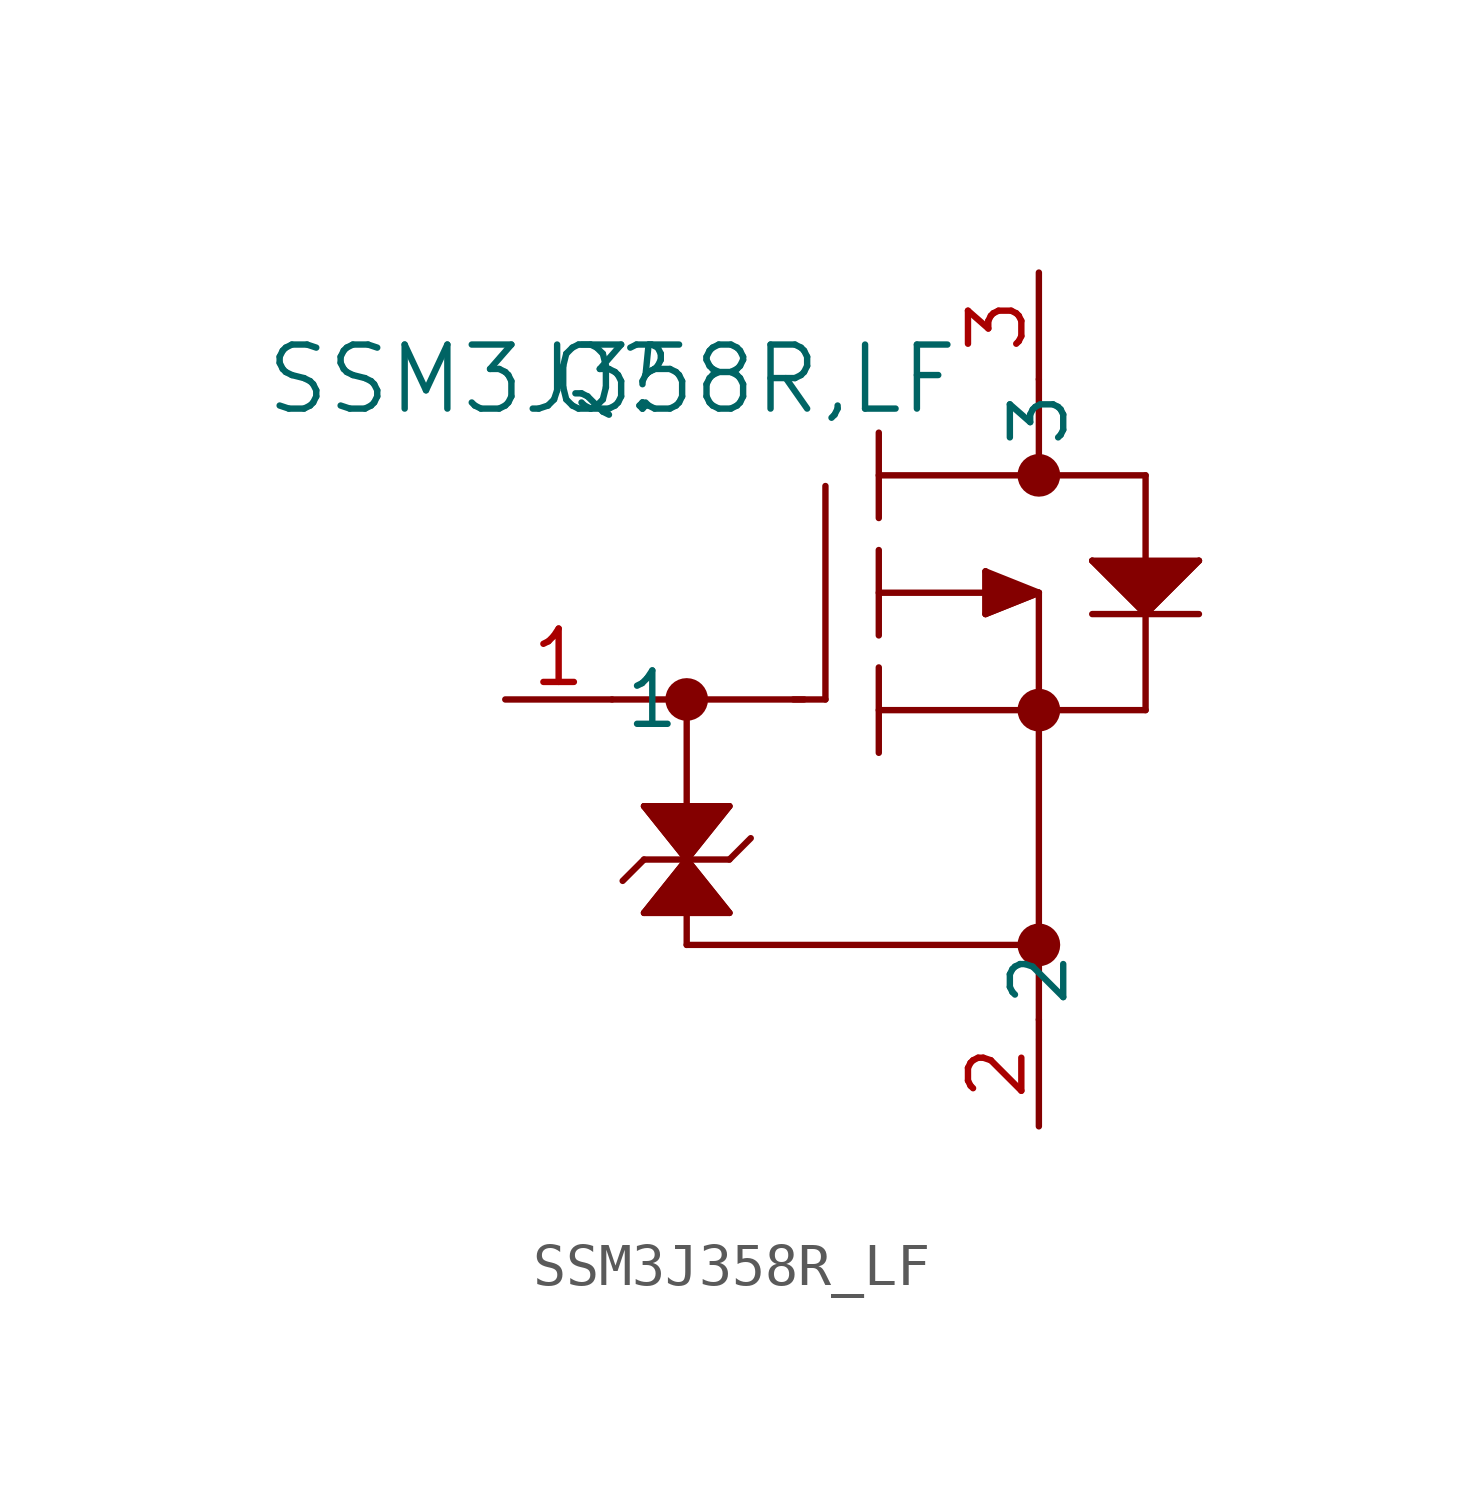
<source format=kicad_sym>
(kicad_symbol_lib
  (version 20241209)
  (generator "kicad_symbol_editor")
  (generator_version "9.0")
  (symbol "SSM3J358R_LF"
    (pin_names
      (offset 0.254))
    (property "Reference" "Q"
      (at 0 0 0)
      (effects (font (size 1.524 1.524))))
    (property "Value" "SSM3J358R,LF"
      (at 0 0 0)
      (effects (font (size 1.524 1.524))))
    (symbol "SSM3J358R_LF_0_1"
      (polyline (pts (xy 0 -7.62) (xy 4.572 -7.62)) (stroke (width 0.152) (type default)) (fill (type none)))
      (polyline (pts (xy 0.762 -10.16) (xy 1.778 -11.43)) (stroke (width 0.152) (type default)) (fill (type none)))
      (polyline (pts (xy 0.762 -10.16) (xy 2.794 -10.16)) (stroke (width 0.152) (type default)) (fill (type none)))
      (polyline (pts (xy 0.762 -10.16) (xy 1.778 -11.43) (xy 0.762 -12.7) (xy 2.794 -12.7) (xy 1.778 -11.43) (xy 2.794 -10.16)) (stroke (width 0) (type default)) (fill (type outline)))
      (polyline (pts (xy 0.762 -11.43) (xy 0.254 -11.938)) (stroke (width 0.152) (type default)) (fill (type none)))
      (polyline (pts (xy 0.762 -11.43) (xy 2.794 -11.43)) (stroke (width 0.152) (type default)) (fill (type none)))
      (polyline (pts (xy 0.762 -12.7) (xy 2.794 -12.7)) (stroke (width 0.152) (type default)) (fill (type none)))
      (polyline (pts (xy 1.778 -7.62) (xy 1.778 -10.16)) (stroke (width 0.152) (type default)) (fill (type none)))
      (circle (center 1.778 -7.62) (radius 0.254) (stroke (width 0.508) (type default)) (fill (type none)))
      (polyline (pts (xy 1.778 -11.43) (xy 0.762 -12.7)) (stroke (width 0.152) (type default)) (fill (type none)))
      (polyline (pts (xy 1.778 -12.7) (xy 1.778 -13.462)) (stroke (width 0.152) (type default)) (fill (type none)))
      (polyline (pts (xy 1.778 -13.462) (xy 10.16 -13.462)) (stroke (width 0.152) (type default)) (fill (type none)))
      (polyline (pts (xy 2.794 -10.16) (xy 1.778 -11.43)) (stroke (width 0.152) (type default)) (fill (type none)))
      (polyline (pts (xy 2.794 -11.43) (xy 3.302 -10.922)) (stroke (width 0.152) (type default)) (fill (type none)))
      (polyline (pts (xy 2.794 -12.7) (xy 1.778 -11.43)) (stroke (width 0.152) (type default)) (fill (type none)))
      (polyline (pts (xy 5.08 -7.62) (xy 4.318 -7.62)) (stroke (width 0.152) (type default)) (fill (type none)))
      (polyline (pts (xy 5.08 -7.62) (xy 5.08 -2.54)) (stroke (width 0.152) (type default)) (fill (type none)))
      (polyline (pts (xy 6.35 -3.302) (xy 6.35 -1.27)) (stroke (width 0.152) (type default)) (fill (type none)))
      (polyline (pts (xy 6.35 -5.08) (xy 8.89 -5.08)) (stroke (width 0.152) (type default)) (fill (type none)))
      (polyline (pts (xy 6.35 -6.096) (xy 6.35 -4.064)) (stroke (width 0.152) (type default)) (fill (type none)))
      (polyline (pts (xy 6.35 -7.874) (xy 12.7 -7.874)) (stroke (width 0.152) (type default)) (fill (type none)))
      (polyline (pts (xy 6.35 -8.89) (xy 6.35 -6.858)) (stroke (width 0.152) (type default)) (fill (type none)))
      (polyline (pts (xy 8.89 -4.572) (xy 8.89 -5.588)) (stroke (width 0.152) (type default)) (fill (type none)))
      (polyline (pts (xy 8.89 -4.572) (xy 8.89 -5.588) (xy 10.16 -5.08)) (stroke (width 0) (type default)) (fill (type outline)))
      (polyline (pts (xy 8.89 -5.588) (xy 10.16 -5.08)) (stroke (width 0.152) (type default)) (fill (type none)))
      (polyline (pts (xy 10.16 0) (xy 10.16 -2.286)) (stroke (width 0.152) (type default)) (fill (type none)))
      (circle (center 10.16 -2.286) (radius 0.254) (stroke (width 0.508) (type default)) (fill (type none)))
      (polyline (pts (xy 10.16 -5.08) (xy 8.89 -4.572)) (stroke (width 0.152) (type default)) (fill (type none)))
      (polyline (pts (xy 10.16 -5.08) (xy 10.16 -15.24)) (stroke (width 0.152) (type default)) (fill (type none)))
      (circle (center 10.16 -7.874) (radius 0.254) (stroke (width 0.508) (type default)) (fill (type none)))
      (circle (center 10.16 -13.462) (radius 0.254) (stroke (width 0.508) (type default)) (fill (type none)))
      (polyline (pts (xy 11.43 -4.318) (xy 13.97 -4.318)) (stroke (width 0.152) (type default)) (fill (type none)))
      (polyline (pts (xy 11.43 -4.318) (xy 12.7 -5.588) (xy 13.97 -4.318)) (stroke (width 0) (type default)) (fill (type outline)))
      (polyline (pts (xy 11.43 -5.588) (xy 13.97 -5.588)) (stroke (width 0.152) (type default)) (fill (type none)))
      (polyline (pts (xy 12.7 -2.286) (xy 6.35 -2.286)) (stroke (width 0.152) (type default)) (fill (type none)))
      (polyline (pts (xy 12.7 -4.318) (xy 12.7 -2.286)) (stroke (width 0.152) (type default)) (fill (type none)))
      (polyline (pts (xy 12.7 -5.588) (xy 11.43 -4.318)) (stroke (width 0.152) (type default)) (fill (type none)))
      (polyline (pts (xy 12.7 -7.874) (xy 12.7 -5.588)) (stroke (width 0.152) (type default)) (fill (type none)))
      (polyline (pts (xy 13.97 -4.318) (xy 12.7 -5.588)) (stroke (width 0.152) (type default)) (fill (type none)))
      (pin unspecified line (at -2.54 -7.62 0) (length 2.54) (name "1" (effects (font (size 1.27 1.27)))) (number "1" (effects (font (size 1.27 1.27)))))
      (pin unspecified line (at 10.16 2.54 270) (length 2.54) (name "3" (effects (font (size 1.27 1.27)))) (number "3" (effects (font (size 1.27 1.27)))))
      (pin unspecified line (at 10.16 -17.78 90) (length 2.54) (name "2" (effects (font (size 1.27 1.27)))) (number "2" (effects (font (size 1.27 1.27))))))))
</source>
